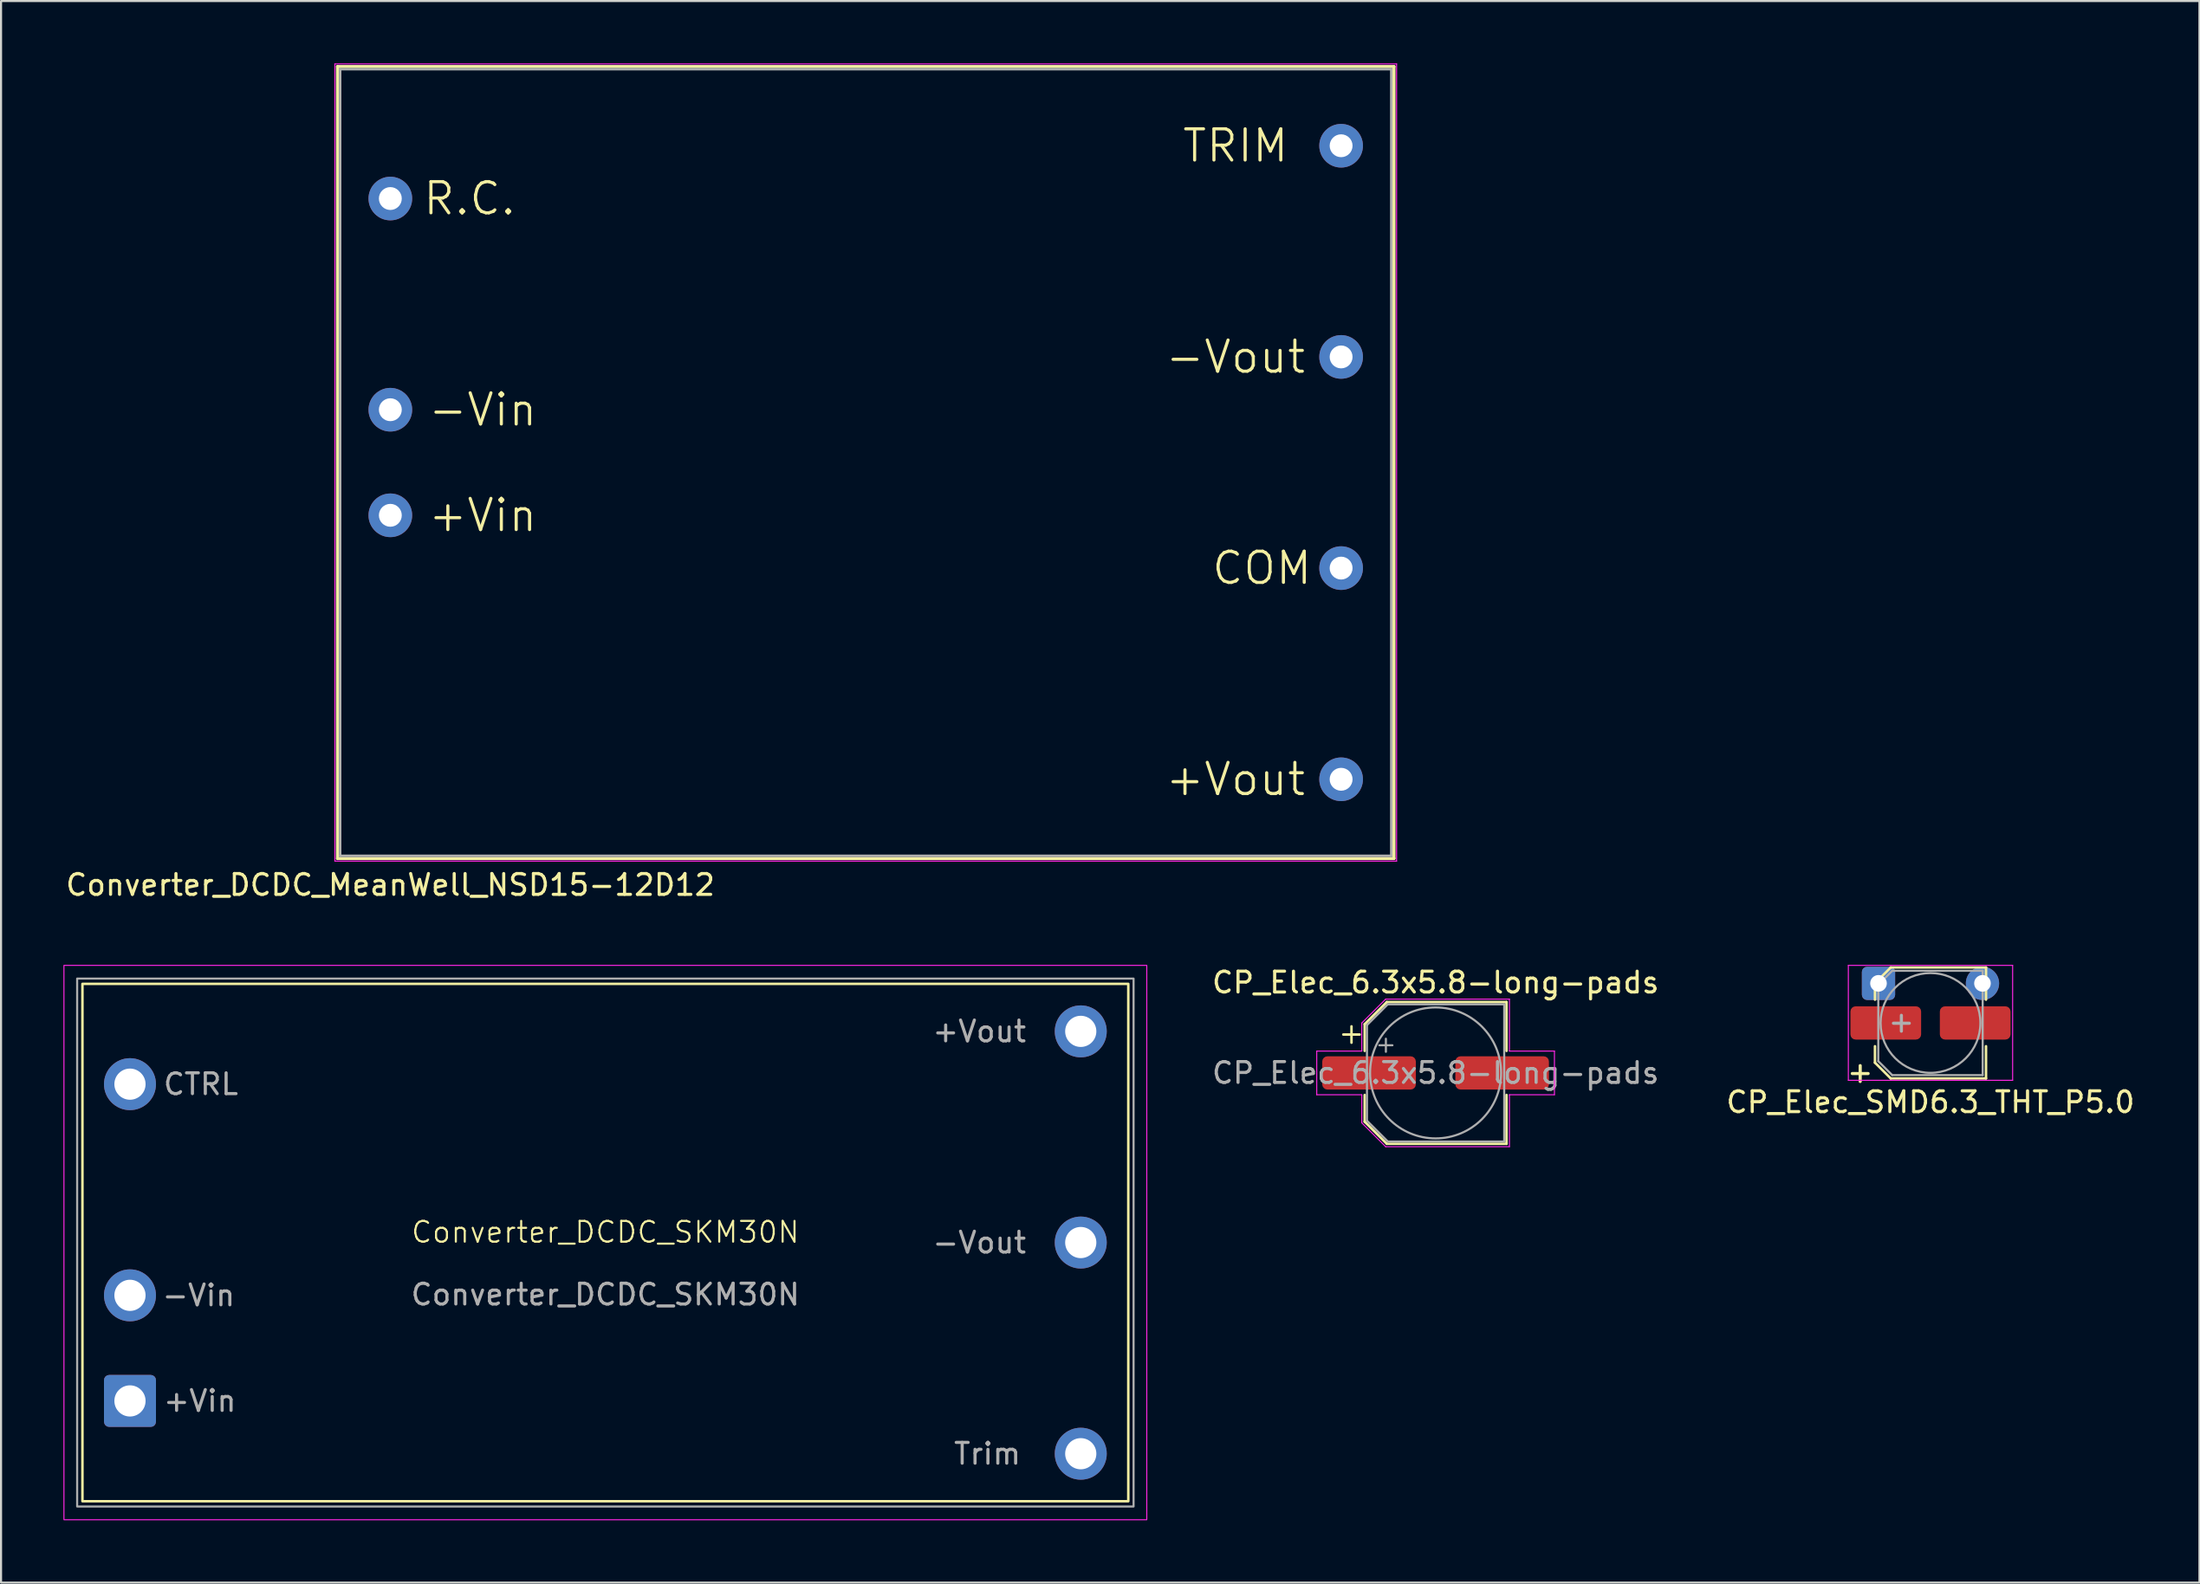
<source format=kicad_pcb>
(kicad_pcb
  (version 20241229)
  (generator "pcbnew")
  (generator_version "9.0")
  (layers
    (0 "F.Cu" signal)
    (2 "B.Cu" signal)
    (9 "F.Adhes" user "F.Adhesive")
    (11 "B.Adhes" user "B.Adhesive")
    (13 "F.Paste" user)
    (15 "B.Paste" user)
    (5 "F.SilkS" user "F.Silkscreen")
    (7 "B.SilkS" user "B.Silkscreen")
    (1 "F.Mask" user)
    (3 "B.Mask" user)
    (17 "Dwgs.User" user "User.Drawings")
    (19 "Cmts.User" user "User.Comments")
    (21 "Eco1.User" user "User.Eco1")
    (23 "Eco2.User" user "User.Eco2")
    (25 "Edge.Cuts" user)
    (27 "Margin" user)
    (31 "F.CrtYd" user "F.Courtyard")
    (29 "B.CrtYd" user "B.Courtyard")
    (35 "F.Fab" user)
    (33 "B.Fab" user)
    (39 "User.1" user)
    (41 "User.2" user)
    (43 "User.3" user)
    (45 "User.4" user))
  (footprint "Converter_DCDC_SKM30N"
    (layer "F.Cu")
    (at 26.06 56.73)
    (property "Reference" "Converter_DCDC_SKM30N" (at 0 -0.5 0) (unlocked yes) (layer "F.SilkS") (effects (font (size 1 1) (thickness 0.1))))
    (attr through_hole)
    (fp_rect (start -25.146 -12.446) (end 25.146 12.446) (stroke (width 0.12) (type solid)) (fill no) (layer "F.SilkS"))
    (fp_rect (start -26.035 -13.335) (end 26.035 13.335) (stroke (width 0.05) (type default)) (fill no) (layer "F.CrtYd"))
    (fp_rect (start -25.4 -12.7) (end 25.4 12.7) (stroke (width 0.1) (type default)) (fill no) (layer "F.Fab"))
    (fp_text user "-Vout" (at 20.32 0 0) (unlocked yes) (layer "F.Fab") (effects (font (size 1 1) (thickness 0.15)) (justify right)))
    (fp_text user "CTRL" (at -21.336 -7.62 0) (unlocked yes) (layer "F.Fab") (effects (font (size 1 1) (thickness 0.15)) (justify left)))
    (fp_text user "${REFERENCE}" (at 0 2.5 0) (unlocked yes) (layer "F.Fab") (effects (font (size 1 1) (thickness 0.15))))
    (fp_text user "+Vout" (at 20.32 -10.16 0) (unlocked yes) (layer "F.Fab") (effects (font (size 1 1) (thickness 0.15)) (justify right)))
    (fp_text user "-Vin" (at -19.558 2.54 0) (unlocked yes) (layer "F.Fab") (effects (font (size 1 1) (thickness 0.15))))
    (fp_text user "+Vin" (at -21.336 7.62 0) (unlocked yes) (layer "F.Fab") (effects (font (size 1 1) (thickness 0.15)) (justify left)))
    (fp_text user "Trim" (at 20.066 10.16 0) (unlocked yes) (layer "F.Fab") (effects (font (size 1 1) (thickness 0.15)) (justify right)))
    (pad "1" thru_hole roundrect (at -22.86 7.62) (size 2.5 2.5) (drill 1.5) (layers "*.Cu" "*.Mask") (roundrect_rratio 0.1))
    (pad "2" thru_hole circle (at -22.86 2.54) (size 2.5 2.5) (drill 1.5) (layers "*.Cu" "*.Mask"))
    (pad "3" thru_hole circle (at -22.86 -7.62) (size 2.5 2.5) (drill 1.5) (layers "*.Cu" "*.Mask"))
    (pad "4" thru_hole circle (at 22.86 -10.16) (size 2.5 2.5) (drill 1.5) (layers "*.Cu" "*.Mask"))
    (pad "5" thru_hole circle (at 22.86 0) (size 2.5 2.5) (drill 1.5) (layers "*.Cu" "*.Mask"))
    (pad "6" thru_hole circle (at 22.86 10.16) (size 2.5 2.5) (drill 1.5) (layers "*.Cu" "*.Mask")))
  (footprint "CP_Elec_SMD6.3_THT_P5.0"
    (layer "F.Cu")
    (at 89.781 46.165)
    (property "Reference" "CP_Elec_SMD6.3_THT_P5.0" (at 0 3.81 0) (layer "F.SilkS") (effects (font (size 1 1) (thickness 0.15))))
    (attr through_hole)
    (fp_line (start -2.67 -1.91) (end -2.67 -1.12) (stroke (width 0.12) (type solid)) (layer "F.SilkS"))
    (fp_line (start -2.67 1.91) (end -2.67 1.12) (stroke (width 0.12) (type solid)) (layer "F.SilkS"))
    (fp_line (start -2.67 1.91) (end -1.91 2.67) (stroke (width 0.12) (type solid)) (layer "F.SilkS"))
    (fp_line (start -1.91 -2.67) (end -2.67 -1.91) (stroke (width 0.12) (type solid)) (layer "F.SilkS"))
    (fp_line (start -1.91 2.67) (end 2.67 2.67) (stroke (width 0.12) (type solid)) (layer "F.SilkS"))
    (fp_line (start 2.67 -2.67) (end -1.91 -2.67) (stroke (width 0.12) (type solid)) (layer "F.SilkS"))
    (fp_line (start 2.67 -2.67) (end 2.67 -1.12) (stroke (width 0.12) (type solid)) (layer "F.SilkS"))
    (fp_line (start 2.67 2.67) (end 2.67 1.12) (stroke (width 0.12) (type solid)) (layer "F.SilkS"))
    (fp_line (start -3.95 -2.77) (end -3.95 2.76) (stroke (width 0.05) (type solid)) (layer "F.CrtYd"))
    (fp_line (start -3.95 -2.77) (end 3.95 -2.77) (stroke (width 0.05) (type solid)) (layer "F.CrtYd"))
    (fp_line (start 3.95 2.76) (end -3.95 2.76) (stroke (width 0.05) (type solid)) (layer "F.CrtYd"))
    (fp_line (start 3.95 2.76) (end 3.95 -2.77) (stroke (width 0.05) (type solid)) (layer "F.CrtYd"))
    (fp_line (start -2.51 -1.84) (end -2.51 1.84) (stroke (width 0.1) (type solid)) (layer "F.Fab"))
    (fp_line (start -2.51 1.84) (end -1.84 2.51) (stroke (width 0.1) (type solid)) (layer "F.Fab"))
    (fp_line (start -1.84 -2.51) (end -2.51 -1.84) (stroke (width 0.1) (type solid)) (layer "F.Fab"))
    (fp_line (start -1.84 2.51) (end 2.51 2.51) (stroke (width 0.1) (type solid)) (layer "F.Fab"))
    (fp_line (start 2.51 -2.51) (end -1.84 -2.51) (stroke (width 0.1) (type solid)) (layer "F.Fab"))
    (fp_line (start 2.51 2.51) (end 2.51 -2.51) (stroke (width 0.1) (type solid)) (layer "F.Fab"))
    (fp_circle (center 0 0) (end 0 2.4) (stroke (width 0.1) (type solid)) (fill no) (layer "F.Fab"))
    (fp_text user "+" (at -3.38 2.36 0) (layer "F.SilkS") (effects (font (size 1 1) (thickness 0.15))))
    (fp_text user "+" (at -1.4 -0.06 0) (layer "F.Fab") (effects (font (size 1 1) (thickness 0.15))))
    (pad "1" thru_hole roundrect (at -2.5 -1.905) (size 1.6 1.6) (drill 0.8) (layers "*.Cu" "*.Mask") (roundrect_rratio 0.156))
    (pad "1" smd roundrect (at -1.25 0 180) (size 3.4 1.6) (drill (offset 0.9 0)) (layers "F.Cu" "F.Mask" "F.Paste") (roundrect_rratio 0.156))
    (pad "2" smd roundrect (at 1.25 0 180) (size 3.4 1.6) (drill (offset -0.9 0)) (layers "F.Cu" "F.Mask" "F.Paste") (roundrect_rratio 0.156))
    (pad "2" thru_hole circle (at 2.5 -1.905) (size 1.6 1.6) (drill 0.8) (layers "*.Cu" "*.Mask")))
  (footprint "CP_Elec_6.3x5.8-long-pads"
    (layer "F.Cu")
    (at 65.983 48.569)
    (property "Reference" "CP_Elec_6.3x5.8-long-pads" (at 0 -4.35 0) (layer "F.SilkS") (effects (font (size 1 1) (thickness 0.15))))
    (attr smd)
    (fp_line (start -4.438 -1.847) (end -3.65 -1.847) (stroke (width 0.12) (type solid)) (layer "F.SilkS"))
    (fp_line (start -4.044 -2.241) (end -4.044 -1.454) (stroke (width 0.12) (type solid)) (layer "F.SilkS"))
    (fp_line (start -3.41 -2.346) (end -3.41 -1.06) (stroke (width 0.12) (type solid)) (layer "F.SilkS"))
    (fp_line (start -3.41 -2.346) (end -2.346 -3.41) (stroke (width 0.12) (type solid)) (layer "F.SilkS"))
    (fp_line (start -3.41 2.346) (end -3.41 1.06) (stroke (width 0.12) (type solid)) (layer "F.SilkS"))
    (fp_line (start -3.41 2.346) (end -2.346 3.41) (stroke (width 0.12) (type solid)) (layer "F.SilkS"))
    (fp_line (start -2.346 -3.41) (end 3.41 -3.41) (stroke (width 0.12) (type solid)) (layer "F.SilkS"))
    (fp_line (start -2.346 3.41) (end 3.41 3.41) (stroke (width 0.12) (type solid)) (layer "F.SilkS"))
    (fp_line (start 3.41 -3.41) (end 3.41 -1.06) (stroke (width 0.12) (type solid)) (layer "F.SilkS"))
    (fp_line (start 3.41 3.41) (end 3.41 1.06) (stroke (width 0.12) (type solid)) (layer "F.SilkS"))
    (fp_line (start -5.715 -1.05) (end -5.715 1.05) (stroke (width 0.05) (type solid)) (layer "F.CrtYd"))
    (fp_line (start -5.715 1.05) (end -3.55 1.05) (stroke (width 0.05) (type solid)) (layer "F.CrtYd"))
    (fp_line (start -3.55 -2.4) (end -3.55 -1.05) (stroke (width 0.05) (type solid)) (layer "F.CrtYd"))
    (fp_line (start -3.55 -2.4) (end -2.4 -3.55) (stroke (width 0.05) (type solid)) (layer "F.CrtYd"))
    (fp_line (start -3.55 -1.05) (end -5.715 -1.05) (stroke (width 0.05) (type solid)) (layer "F.CrtYd"))
    (fp_line (start -3.55 1.05) (end -3.55 2.4) (stroke (width 0.05) (type solid)) (layer "F.CrtYd"))
    (fp_line (start -3.55 2.4) (end -2.4 3.55) (stroke (width 0.05) (type solid)) (layer "F.CrtYd"))
    (fp_line (start -2.4 -3.55) (end 3.55 -3.55) (stroke (width 0.05) (type solid)) (layer "F.CrtYd"))
    (fp_line (start -2.4 3.55) (end 3.55 3.55) (stroke (width 0.05) (type solid)) (layer "F.CrtYd"))
    (fp_line (start 3.55 -3.55) (end 3.55 -1.05) (stroke (width 0.05) (type solid)) (layer "F.CrtYd"))
    (fp_line (start 3.55 -1.05) (end 5.715 -1.05) (stroke (width 0.05) (type solid)) (layer "F.CrtYd"))
    (fp_line (start 3.55 1.05) (end 3.55 3.55) (stroke (width 0.05) (type solid)) (layer "F.CrtYd"))
    (fp_line (start 5.715 -1.05) (end 5.715 1.05) (stroke (width 0.05) (type solid)) (layer "F.CrtYd"))
    (fp_line (start 5.715 1.05) (end 3.55 1.05) (stroke (width 0.05) (type solid)) (layer "F.CrtYd"))
    (fp_line (start -3.3 -2.3) (end -3.3 2.3) (stroke (width 0.1) (type solid)) (layer "F.Fab"))
    (fp_line (start -3.3 -2.3) (end -2.3 -3.3) (stroke (width 0.1) (type solid)) (layer "F.Fab"))
    (fp_line (start -3.3 2.3) (end -2.3 3.3) (stroke (width 0.1) (type solid)) (layer "F.Fab"))
    (fp_line (start -2.705 -1.33) (end -2.075 -1.33) (stroke (width 0.1) (type solid)) (layer "F.Fab"))
    (fp_line (start -2.39 -1.645) (end -2.39 -1.015) (stroke (width 0.1) (type solid)) (layer "F.Fab"))
    (fp_line (start -2.3 -3.3) (end 3.3 -3.3) (stroke (width 0.1) (type solid)) (layer "F.Fab"))
    (fp_line (start -2.3 3.3) (end 3.3 3.3) (stroke (width 0.1) (type solid)) (layer "F.Fab"))
    (fp_line (start 3.3 -3.3) (end 3.3 3.3) (stroke (width 0.1) (type solid)) (layer "F.Fab"))
    (fp_circle (center 0 0) (end 3.15 0) (stroke (width 0.1) (type solid)) (fill no) (layer "F.Fab"))
    (fp_text user "${REFERENCE}" (at 0 0 0) (layer "F.Fab") (effects (font (size 1 1) (thickness 0.15))))
    (pad "1" smd roundrect (at -2.7 0 180) (size 4.5 1.6) (drill (offset 0.5 0)) (layers "F.Cu" "F.Mask" "F.Paste") (roundrect_rratio 0.156))
    (pad "2" smd roundrect (at 2.7 0) (size 4.5 1.6) (drill (offset 0.5 0)) (layers "F.Cu" "F.Mask" "F.Paste") (roundrect_rratio 0.156)))
  (footprint "Converter_DCDC_MeanWell_NSD15-12D12"
    (layer "F.Cu")
    (at 38.58 19.202)
    (property "Reference" "Converter_DCDC_MeanWell_NSD15-12D12" (at -22.86 20.32 0) (layer "F.SilkS") (effects (font (size 1 1) (thickness 0.15))))
    (attr through_hole)
    (fp_line (start -25.4 -19.05) (end 25.4 -19.05) (stroke (width 0.15) (type solid)) (layer "F.SilkS"))
    (fp_line (start -25.4 19.05) (end -25.4 -19.05) (stroke (width 0.15) (type solid)) (layer "F.SilkS"))
    (fp_line (start 25.4 -19.05) (end 25.4 19.05) (stroke (width 0.15) (type solid)) (layer "F.SilkS"))
    (fp_line (start 25.4 19.05) (end -25.4 19.05) (stroke (width 0.15) (type solid)) (layer "F.SilkS"))
    (fp_line (start -25.527 -19.177) (end 25.527 -19.177) (stroke (width 0.05) (type solid)) (layer "F.CrtYd"))
    (fp_line (start -25.527 19.177) (end -25.527 -19.177) (stroke (width 0.05) (type solid)) (layer "F.CrtYd"))
    (fp_line (start 25.527 -19.177) (end 25.527 19.177) (stroke (width 0.05) (type solid)) (layer "F.CrtYd"))
    (fp_line (start 25.527 19.177) (end -25.527 19.177) (stroke (width 0.05) (type solid)) (layer "F.CrtYd"))
    (fp_line (start -25.273 -18.923) (end -25.273 18.923) (stroke (width 0.12) (type solid)) (layer "F.Fab"))
    (fp_line (start -25.273 -18.923) (end 25.273 -18.923) (stroke (width 0.12) (type solid)) (layer "F.Fab"))
    (fp_line (start 25.273 -18.923) (end 25.273 18.923) (stroke (width 0.12) (type solid)) (layer "F.Fab"))
    (fp_line (start 25.273 18.923) (end -25.273 18.923) (stroke (width 0.12) (type solid)) (layer "F.Fab"))
    (fp_text user "R.C." (at -19.05 -12.7 0) (layer "F.SilkS") (effects (font (size 1.5 1.5) (thickness 0.15))))
    (fp_text user "-Vin" (at -18.415 -2.54 0) (layer "F.SilkS") (effects (font (size 1.5 1.5) (thickness 0.15))))
    (fp_text user "TRIM" (at 17.78 -15.24 0) (layer "F.SilkS") (effects (font (size 1.5 1.5) (thickness 0.15))))
    (fp_text user "COM" (at 19.05 5.08 0) (layer "F.SilkS") (effects (font (size 1.5 1.5) (thickness 0.15))))
    (fp_text user "+Vin" (at -18.415 2.54 0) (layer "F.SilkS") (effects (font (size 1.5 1.5) (thickness 0.15))))
    (fp_text user "+Vout" (at 17.78 15.24 0) (layer "F.SilkS") (effects (font (size 1.5 1.5) (thickness 0.15))))
    (fp_text user "-Vout" (at 17.78 -5.08 0) (layer "F.SilkS") (effects (font (size 1.5 1.5) (thickness 0.15))))
    (pad "1" thru_hole circle (at -22.86 2.54 90) (size 2.1 2.1) (drill 1.1) (layers "*.Cu" "*.Mask"))
    (pad "2" thru_hole circle (at -22.86 -2.54 90) (size 2.1 2.1) (drill 1.1) (layers "*.Cu" "*.Mask"))
    (pad "4" thru_hole circle (at 22.86 5.08 90) (size 2.1 2.1) (drill 1.1) (layers "*.Cu" "*.Mask"))
    (pad "5" thru_hole circle (at 22.86 15.24 90) (size 2.1 2.1) (drill 1.1) (layers "*.Cu" "*.Mask"))
    (pad "6" thru_hole circle (at -22.86 -12.7 90) (size 2.1 2.1) (drill 1.1) (layers "*.Cu" "*.Mask"))
    (pad "7" thru_hole circle (at 22.86 -5.08 90) (size 2.1 2.1) (drill 1.1) (layers "*.Cu" "*.Mask"))
    (pad "8" thru_hole circle (at 22.86 -15.24 90) (size 2.1 2.1) (drill 1.1) (layers "*.Cu" "*.Mask")))
  (gr_rect
    (start -3 -3)
    (end 102.715 73.09)
    (stroke (width 0.1) (type default))
    (fill no)
    (layer "Edge.Cuts")))
</source>
